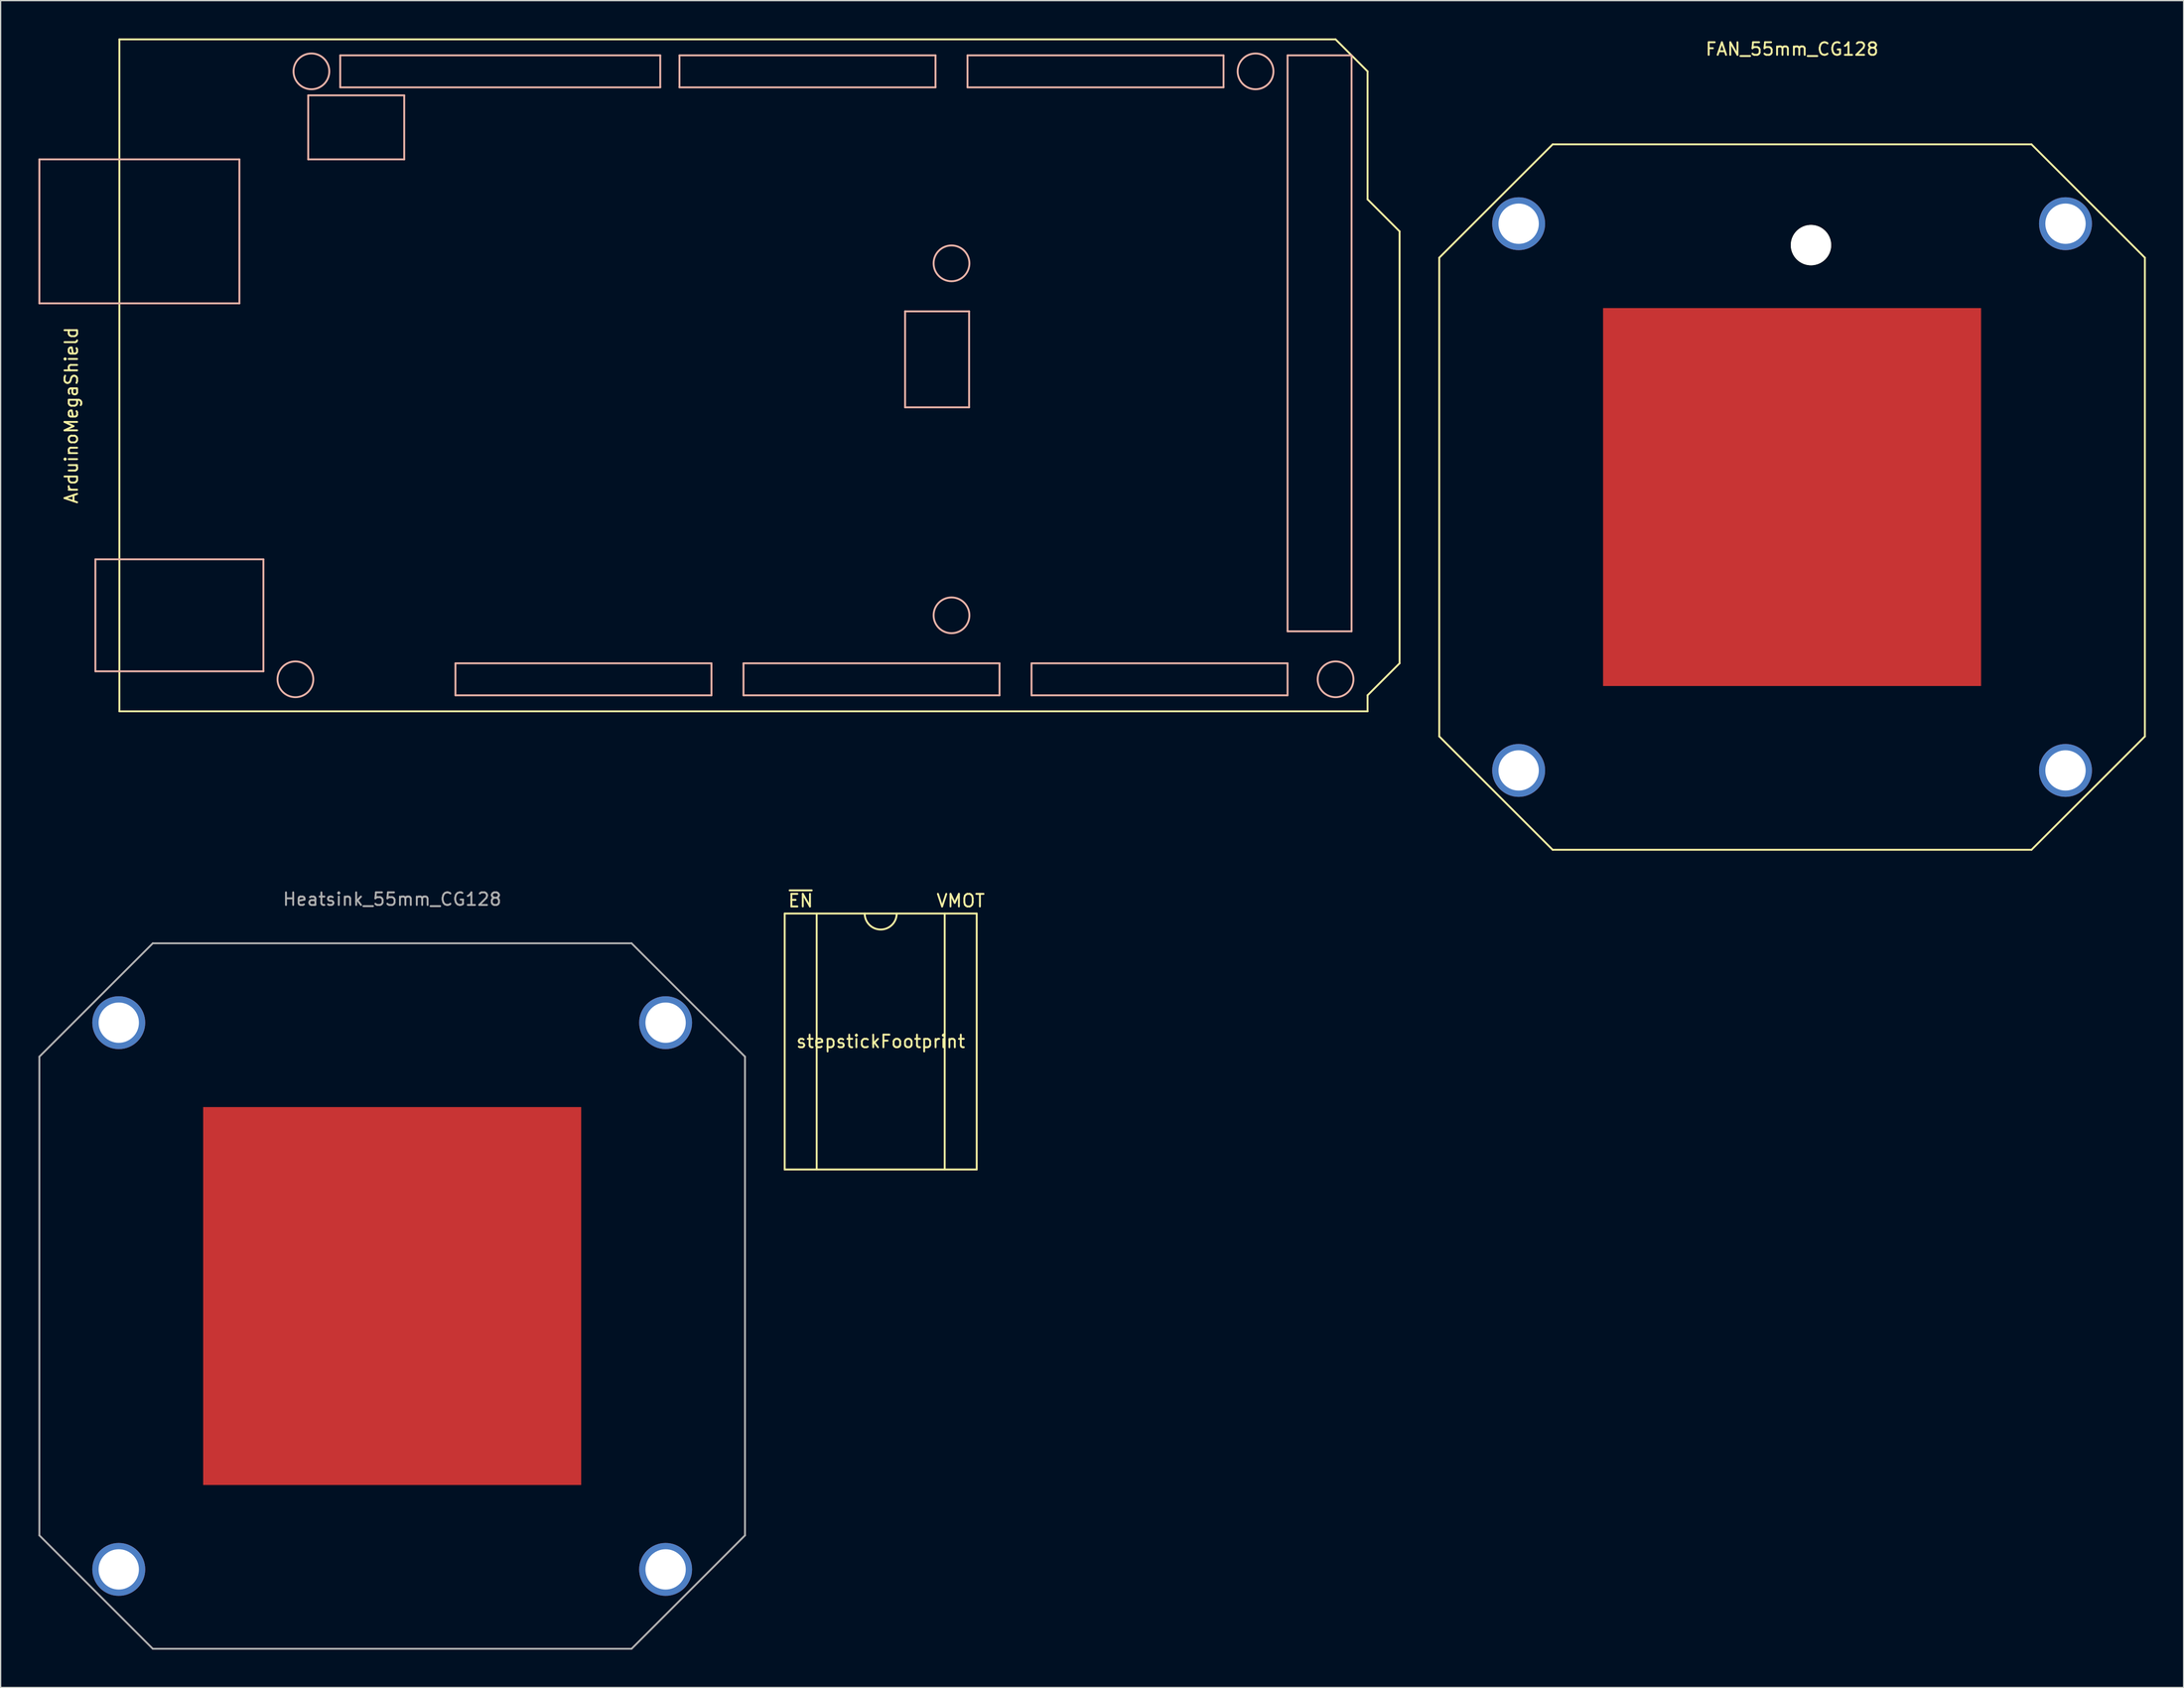
<source format=kicad_pcb>
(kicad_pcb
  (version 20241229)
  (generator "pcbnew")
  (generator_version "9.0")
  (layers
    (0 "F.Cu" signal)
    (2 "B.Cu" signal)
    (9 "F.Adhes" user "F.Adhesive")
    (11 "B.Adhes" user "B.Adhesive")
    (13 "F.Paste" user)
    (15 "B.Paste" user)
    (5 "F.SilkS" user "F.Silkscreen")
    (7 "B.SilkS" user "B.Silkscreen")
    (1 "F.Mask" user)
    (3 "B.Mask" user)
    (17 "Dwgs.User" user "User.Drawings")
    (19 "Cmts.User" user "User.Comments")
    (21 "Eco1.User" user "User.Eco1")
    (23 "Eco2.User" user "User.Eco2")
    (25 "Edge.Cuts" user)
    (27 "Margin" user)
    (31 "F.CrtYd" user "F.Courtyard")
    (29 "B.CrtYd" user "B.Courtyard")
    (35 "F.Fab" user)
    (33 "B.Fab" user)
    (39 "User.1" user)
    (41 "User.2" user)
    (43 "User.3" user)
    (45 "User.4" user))
  (footprint "stepstickFootprint"
    (layer "F.Cu")
    (at 66.845 79.628)
    (property "Reference" "stepstickFootprint" (at 0 0 0) (layer "F.SilkS") (effects (font (size 1 1) (thickness 0.15))))
    (attr through_hole)
    (fp_line (start -7.62 -10.16) (end 7.62 -10.16) (stroke (width 0.15) (type solid)) (layer "F.SilkS"))
    (fp_line (start -7.62 10.16) (end -7.62 -10.16) (stroke (width 0.15) (type solid)) (layer "F.SilkS"))
    (fp_line (start -5.08 -10.16) (end -5.08 10.16) (stroke (width 0.15) (type solid)) (layer "F.SilkS"))
    (fp_line (start 5.08 10.16) (end 5.08 -10.16) (stroke (width 0.15) (type solid)) (layer "F.SilkS"))
    (fp_line (start 7.62 -10.16) (end 7.62 10.16) (stroke (width 0.15) (type solid)) (layer "F.SilkS"))
    (fp_line (start 7.62 10.16) (end -7.62 10.16) (stroke (width 0.15) (type solid)) (layer "F.SilkS"))
    (fp_arc (start 1.27 -10.16) (mid 0 -8.89) (end -1.27 -10.16) (stroke (width 0.15) (type solid)) (layer "F.SilkS"))
    (fp_text user "~{EN}" (at -6.35 -11.176 0) (layer "F.SilkS") (effects (font (size 1 1) (thickness 0.15))))
    (fp_text user "VMOT" (at 6.35 -11.176 0) (layer "F.SilkS") (effects (font (size 1 1) (thickness 0.15)))))
  (footprint "Heatsink_55mm_CG128"
    (layer "F.Cu")
    (at 28.075 99.832)
    (property "Reference" "Heatsink_55mm_CG128" (at 0 -31.5 0) (layer "F.Fab") (effects (font (size 1 1) (thickness 0.15))))
    (attr through_hole)
    (fp_line (start -28 -19) (end -19 -28) (stroke (width 0.15) (type solid)) (layer "F.Fab"))
    (fp_line (start -28 19) (end -28 -19) (stroke (width 0.15) (type solid)) (layer "F.Fab"))
    (fp_line (start -19 -28) (end 19 -28) (stroke (width 0.15) (type solid)) (layer "F.Fab"))
    (fp_line (start -19 28) (end -28 19) (stroke (width 0.15) (type solid)) (layer "F.Fab"))
    (fp_line (start 19 -28) (end 28 -19) (stroke (width 0.15) (type solid)) (layer "F.Fab"))
    (fp_line (start 19 28) (end -19 28) (stroke (width 0.15) (type solid)) (layer "F.Fab"))
    (fp_line (start 28 -19) (end 28 19) (stroke (width 0.15) (type solid)) (layer "F.Fab"))
    (fp_line (start 28 19) (end 19 28) (stroke (width 0.15) (type solid)) (layer "F.Fab"))
    (pad "HS" smd rect (at 0 0) (size 30 30) (layers "F.Cu" "F.Mask"))
    (pad "MNT" thru_hole circle (at -21.7 -21.7) (size 4.2 4.2) (drill 3.2) (layers "*.Cu" "*.Mask"))
    (pad "MNT" thru_hole circle (at -21.7 21.7) (size 4.2 4.2) (drill 3.2) (layers "*.Cu" "*.Mask"))
    (pad "MNT" thru_hole circle (at 21.7 -21.7) (size 4.2 4.2) (drill 3.2) (layers "*.Cu" "*.Mask"))
    (pad "MNT" thru_hole circle (at 21.7 21.7) (size 4.2 4.2) (drill 3.2) (layers "*.Cu" "*.Mask")))
  (footprint "ArduinoMegaShield"
    (layer "F.Cu")
    (at 6.425 53.415)
    (property "Reference" "ArduinoMegaShield" (at -3.81 -23.495 270) (layer "F.SilkS") (effects (font (size 1 1) (thickness 0.15))))
    (attr through_hole)
    (fp_line (start 0 -53.34) (end 96.52 -53.34) (stroke (width 0.15) (type solid)) (layer "F.SilkS"))
    (fp_line (start 0 0) (end 0 -53.34) (stroke (width 0.15) (type solid)) (layer "F.SilkS"))
    (fp_line (start 96.52 -53.34) (end 99.06 -50.8) (stroke (width 0.15) (type solid)) (layer "F.SilkS"))
    (fp_line (start 99.06 -50.8) (end 99.06 -40.64) (stroke (width 0.15) (type solid)) (layer "F.SilkS"))
    (fp_line (start 99.06 -40.64) (end 101.6 -38.1) (stroke (width 0.15) (type solid)) (layer "F.SilkS"))
    (fp_line (start 99.06 -1.27) (end 99.06 0) (stroke (width 0.15) (type solid)) (layer "F.SilkS"))
    (fp_line (start 99.06 0) (end 0 0) (stroke (width 0.15) (type solid)) (layer "F.SilkS"))
    (fp_line (start 101.6 -38.1) (end 101.6 -3.81) (stroke (width 0.15) (type solid)) (layer "F.SilkS"))
    (fp_line (start 101.6 -3.81) (end 99.06 -1.27) (stroke (width 0.15) (type solid)) (layer "F.SilkS"))
    (fp_line (start -6.35 -43.815) (end -6.35 -32.385) (stroke (width 0.15) (type solid)) (layer "B.SilkS"))
    (fp_line (start -6.35 -32.385) (end 9.525 -32.385) (stroke (width 0.15) (type solid)) (layer "B.SilkS"))
    (fp_line (start -1.905 -12.065) (end -1.905 -3.175) (stroke (width 0.15) (type solid)) (layer "B.SilkS"))
    (fp_line (start -1.905 -3.175) (end 11.43 -3.175) (stroke (width 0.15) (type solid)) (layer "B.SilkS"))
    (fp_line (start 9.525 -43.815) (end -6.35 -43.815) (stroke (width 0.15) (type solid)) (layer "B.SilkS"))
    (fp_line (start 9.525 -32.385) (end 9.525 -43.815) (stroke (width 0.15) (type solid)) (layer "B.SilkS"))
    (fp_line (start 11.43 -12.065) (end -1.905 -12.065) (stroke (width 0.15) (type solid)) (layer "B.SilkS"))
    (fp_line (start 11.43 -3.175) (end 11.43 -12.065) (stroke (width 0.15) (type solid)) (layer "B.SilkS"))
    (fp_line (start 14.986 -48.895) (end 22.606 -48.895) (stroke (width 0.15) (type solid)) (layer "B.SilkS"))
    (fp_line (start 14.986 -43.815) (end 14.986 -48.895) (stroke (width 0.15) (type solid)) (layer "B.SilkS"))
    (fp_line (start 17.526 -52.07) (end 42.926 -52.07) (stroke (width 0.15) (type solid)) (layer "B.SilkS"))
    (fp_line (start 17.526 -49.53) (end 17.526 -52.07) (stroke (width 0.15) (type solid)) (layer "B.SilkS"))
    (fp_line (start 22.606 -48.895) (end 22.606 -43.815) (stroke (width 0.15) (type solid)) (layer "B.SilkS"))
    (fp_line (start 22.606 -43.815) (end 14.986 -43.815) (stroke (width 0.15) (type solid)) (layer "B.SilkS"))
    (fp_line (start 26.67 -3.81) (end 26.67 -1.27) (stroke (width 0.15) (type solid)) (layer "B.SilkS"))
    (fp_line (start 26.67 -1.27) (end 46.99 -1.27) (stroke (width 0.15) (type solid)) (layer "B.SilkS"))
    (fp_line (start 42.926 -52.07) (end 42.926 -49.53) (stroke (width 0.15) (type solid)) (layer "B.SilkS"))
    (fp_line (start 42.926 -49.53) (end 17.526 -49.53) (stroke (width 0.15) (type solid)) (layer "B.SilkS"))
    (fp_line (start 44.45 -52.07) (end 64.77 -52.07) (stroke (width 0.15) (type solid)) (layer "B.SilkS"))
    (fp_line (start 44.45 -49.53) (end 44.45 -52.07) (stroke (width 0.15) (type solid)) (layer "B.SilkS"))
    (fp_line (start 46.99 -3.81) (end 26.67 -3.81) (stroke (width 0.15) (type solid)) (layer "B.SilkS"))
    (fp_line (start 46.99 -1.27) (end 46.99 -3.81) (stroke (width 0.15) (type solid)) (layer "B.SilkS"))
    (fp_line (start 49.53 -3.81) (end 49.53 -1.27) (stroke (width 0.15) (type solid)) (layer "B.SilkS"))
    (fp_line (start 49.53 -1.27) (end 69.85 -1.27) (stroke (width 0.15) (type solid)) (layer "B.SilkS"))
    (fp_line (start 62.357 -31.75) (end 67.437 -31.75) (stroke (width 0.15) (type solid)) (layer "B.SilkS"))
    (fp_line (start 62.357 -24.13) (end 62.357 -31.75) (stroke (width 0.15) (type solid)) (layer "B.SilkS"))
    (fp_line (start 64.77 -52.07) (end 64.77 -49.53) (stroke (width 0.15) (type solid)) (layer "B.SilkS"))
    (fp_line (start 64.77 -49.53) (end 44.45 -49.53) (stroke (width 0.15) (type solid)) (layer "B.SilkS"))
    (fp_line (start 67.31 -52.07) (end 67.31 -49.53) (stroke (width 0.15) (type solid)) (layer "B.SilkS"))
    (fp_line (start 67.31 -49.53) (end 87.63 -49.53) (stroke (width 0.15) (type solid)) (layer "B.SilkS"))
    (fp_line (start 67.437 -31.75) (end 67.437 -24.13) (stroke (width 0.15) (type solid)) (layer "B.SilkS"))
    (fp_line (start 67.437 -24.13) (end 62.357 -24.13) (stroke (width 0.15) (type solid)) (layer "B.SilkS"))
    (fp_line (start 69.85 -3.81) (end 49.53 -3.81) (stroke (width 0.15) (type solid)) (layer "B.SilkS"))
    (fp_line (start 69.85 -1.27) (end 69.85 -3.81) (stroke (width 0.15) (type solid)) (layer "B.SilkS"))
    (fp_line (start 72.39 -3.81) (end 72.39 -1.27) (stroke (width 0.15) (type solid)) (layer "B.SilkS"))
    (fp_line (start 72.39 -1.27) (end 92.71 -1.27) (stroke (width 0.15) (type solid)) (layer "B.SilkS"))
    (fp_line (start 87.63 -52.07) (end 67.31 -52.07) (stroke (width 0.15) (type solid)) (layer "B.SilkS"))
    (fp_line (start 87.63 -49.53) (end 87.63 -52.07) (stroke (width 0.15) (type solid)) (layer "B.SilkS"))
    (fp_line (start 92.71 -52.07) (end 92.71 -6.35) (stroke (width 0.15) (type solid)) (layer "B.SilkS"))
    (fp_line (start 92.71 -6.35) (end 97.79 -6.35) (stroke (width 0.15) (type solid)) (layer "B.SilkS"))
    (fp_line (start 92.71 -3.81) (end 72.39 -3.81) (stroke (width 0.15) (type solid)) (layer "B.SilkS"))
    (fp_line (start 92.71 -1.27) (end 92.71 -3.81) (stroke (width 0.15) (type solid)) (layer "B.SilkS"))
    (fp_line (start 97.79 -52.07) (end 92.71 -52.07) (stroke (width 0.15) (type solid)) (layer "B.SilkS"))
    (fp_line (start 97.79 -6.35) (end 97.79 -52.07) (stroke (width 0.15) (type solid)) (layer "B.SilkS"))
    (fp_circle (center 13.97 -2.54) (end 15.24 -3.175) (stroke (width 0.15) (type solid)) (fill no) (layer "B.SilkS"))
    (fp_circle (center 15.24 -50.8) (end 16.51 -51.435) (stroke (width 0.15) (type solid)) (fill no) (layer "B.SilkS"))
    (fp_circle (center 66.04 -35.56) (end 67.31 -36.195) (stroke (width 0.15) (type solid)) (fill no) (layer "B.SilkS"))
    (fp_circle (center 66.04 -7.62) (end 67.31 -8.255) (stroke (width 0.15) (type solid)) (fill no) (layer "B.SilkS"))
    (fp_circle (center 90.17 -50.8) (end 91.44 -51.435) (stroke (width 0.15) (type solid)) (fill no) (layer "B.SilkS"))
    (fp_circle (center 96.52 -2.54) (end 97.79 -3.175) (stroke (width 0.15) (type solid)) (fill no) (layer "B.SilkS")))
  (footprint "FAN_55mm_CG128"
    (layer "F.Cu")
    (at 139.175 36.408)
    (property "Reference" "FAN_55mm_CG128" (at 0 -35.56 0) (layer "F.SilkS") (effects (font (size 1 1) (thickness 0.15))))
    (attr through_hole)
    (fp_line (start -28 -19) (end -19 -28) (stroke (width 0.15) (type solid)) (layer "F.SilkS"))
    (fp_line (start -28 19) (end -28 -19) (stroke (width 0.15) (type solid)) (layer "F.SilkS"))
    (fp_line (start -19 -28) (end 19 -28) (stroke (width 0.15) (type solid)) (layer "F.SilkS"))
    (fp_line (start -19 28) (end -28 19) (stroke (width 0.15) (type solid)) (layer "F.SilkS"))
    (fp_line (start 19 -28) (end 28 -19) (stroke (width 0.15) (type solid)) (layer "F.SilkS"))
    (fp_line (start 19 28) (end -19 28) (stroke (width 0.15) (type solid)) (layer "F.SilkS"))
    (fp_line (start 28 -19) (end 28 19) (stroke (width 0.15) (type solid)) (layer "F.SilkS"))
    (fp_line (start 28 19) (end 19 28) (stroke (width 0.15) (type solid)) (layer "F.SilkS"))
    (pad "" np_thru_hole circle (at 1.5 -20) (size 3.2 3.2) (drill 3.2) (layers "*.Cu" "*.Mask" "F.SilkS"))
    (pad "0" thru_hole circle (at -21.7 -21.7) (size 4.2 4.2) (drill 3.2) (layers "*.Cu" "*.Mask"))
    (pad "0" thru_hole circle (at -21.7 21.7) (size 4.2 4.2) (drill 3.2) (layers "*.Cu" "*.Mask"))
    (pad "0" thru_hole circle (at 21.7 -21.7) (size 4.2 4.2) (drill 3.2) (layers "*.Cu" "*.Mask"))
    (pad "0" thru_hole circle (at 21.7 21.7) (size 4.2 4.2) (drill 3.2) (layers "*.Cu" "*.Mask"))
    (pad "HS" smd rect (at 0 0) (size 30 30) (layers "F.Cu" "F.Mask")))
  (gr_rect
    (start -3 -3)
    (end 170.25 130.906)
    (stroke (width 0.1) (type default))
    (fill no)
    (layer "Edge.Cuts")))
</source>
